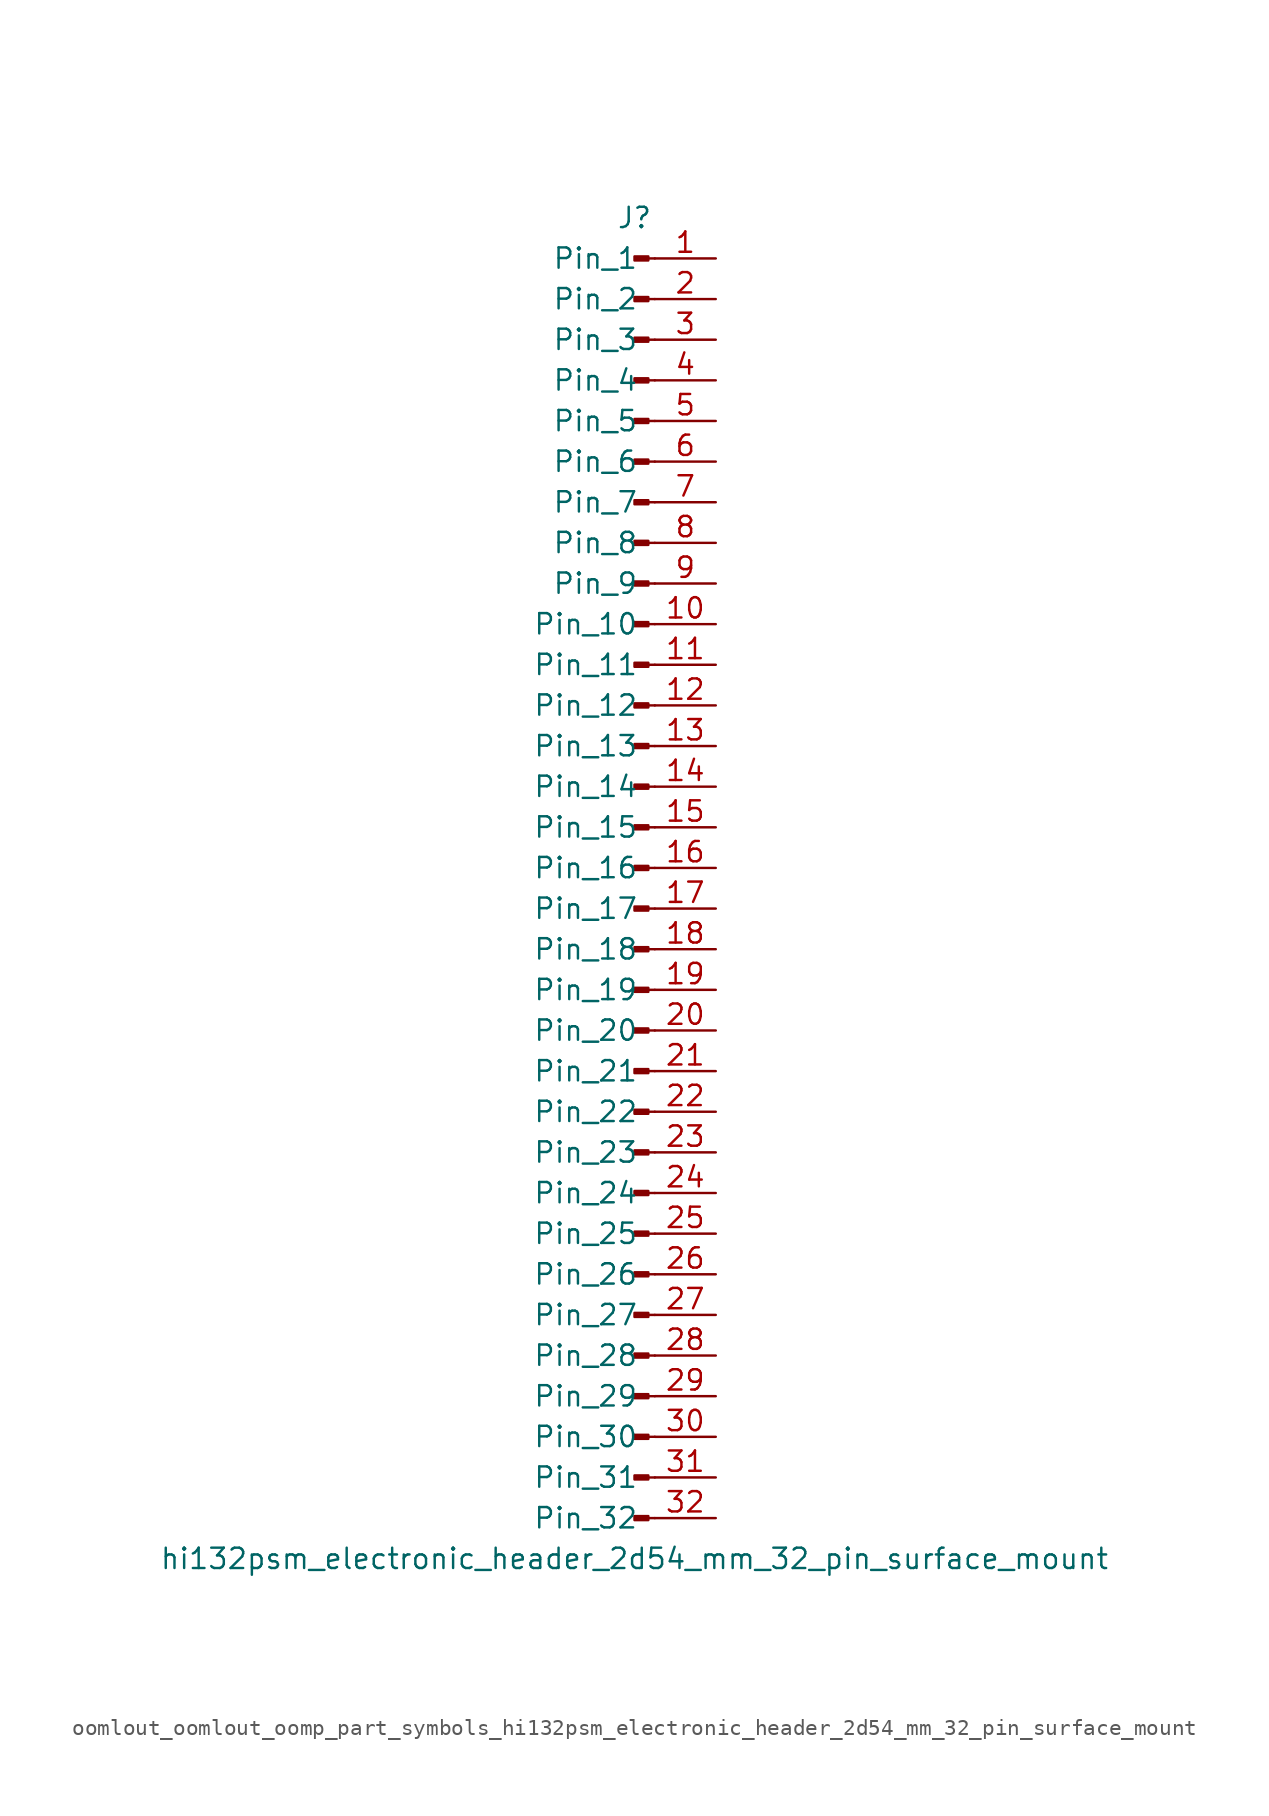
<source format=kicad_sym>
(kicad_symbol_lib
  (version 20220914)
  (generator kicad_symbol_editor)
  (symbol "oomlout_oomlout_oomp_part_symbols_hi132psm_electronic_header_2d54_mm_32_pin_surface_mount"
    (pin_names
      (offset 1.016))
    (property "Reference" "J"
      (at 0 40.64 0)
      (effects (font (size 1.27 1.27))))
    (property "Value" "hi132psm_electronic_header_2d54_mm_32_pin_surface_mount"
      (at 0 -43.18 0)
      (effects (font (size 1.27 1.27))))
    (property "ki_locked" ""
      (at 0 0 0)
      (effects (font (size 1.27 1.27))))
    (symbol "oomlout_oomlout_oomp_part_symbols_hi132psm_electronic_header_2d54_mm_32_pin_surface_mount_1_1"
      (polyline (pts (xy 1.27 -40.64) (xy 0.864 -40.64)) (stroke (width 0.152) (type default)) (fill (type none)))
      (polyline (pts (xy 1.27 -38.1) (xy 0.864 -38.1)) (stroke (width 0.152) (type default)) (fill (type none)))
      (polyline (pts (xy 1.27 -35.56) (xy 0.864 -35.56)) (stroke (width 0.152) (type default)) (fill (type none)))
      (polyline (pts (xy 1.27 -33.02) (xy 0.864 -33.02)) (stroke (width 0.152) (type default)) (fill (type none)))
      (polyline (pts (xy 1.27 -30.48) (xy 0.864 -30.48)) (stroke (width 0.152) (type default)) (fill (type none)))
      (polyline (pts (xy 1.27 -27.94) (xy 0.864 -27.94)) (stroke (width 0.152) (type default)) (fill (type none)))
      (polyline (pts (xy 1.27 -25.4) (xy 0.864 -25.4)) (stroke (width 0.152) (type default)) (fill (type none)))
      (polyline (pts (xy 1.27 -22.86) (xy 0.864 -22.86)) (stroke (width 0.152) (type default)) (fill (type none)))
      (polyline (pts (xy 1.27 -20.32) (xy 0.864 -20.32)) (stroke (width 0.152) (type default)) (fill (type none)))
      (polyline (pts (xy 1.27 -17.78) (xy 0.864 -17.78)) (stroke (width 0.152) (type default)) (fill (type none)))
      (polyline (pts (xy 1.27 -15.24) (xy 0.864 -15.24)) (stroke (width 0.152) (type default)) (fill (type none)))
      (polyline (pts (xy 1.27 -12.7) (xy 0.864 -12.7)) (stroke (width 0.152) (type default)) (fill (type none)))
      (polyline (pts (xy 1.27 -10.16) (xy 0.864 -10.16)) (stroke (width 0.152) (type default)) (fill (type none)))
      (polyline (pts (xy 1.27 -7.62) (xy 0.864 -7.62)) (stroke (width 0.152) (type default)) (fill (type none)))
      (polyline (pts (xy 1.27 -5.08) (xy 0.864 -5.08)) (stroke (width 0.152) (type default)) (fill (type none)))
      (polyline (pts (xy 1.27 -2.54) (xy 0.864 -2.54)) (stroke (width 0.152) (type default)) (fill (type none)))
      (polyline (pts (xy 1.27 0) (xy 0.864 0)) (stroke (width 0.152) (type default)) (fill (type none)))
      (polyline (pts (xy 1.27 2.54) (xy 0.864 2.54)) (stroke (width 0.152) (type default)) (fill (type none)))
      (polyline (pts (xy 1.27 5.08) (xy 0.864 5.08)) (stroke (width 0.152) (type default)) (fill (type none)))
      (polyline (pts (xy 1.27 7.62) (xy 0.864 7.62)) (stroke (width 0.152) (type default)) (fill (type none)))
      (polyline (pts (xy 1.27 10.16) (xy 0.864 10.16)) (stroke (width 0.152) (type default)) (fill (type none)))
      (polyline (pts (xy 1.27 12.7) (xy 0.864 12.7)) (stroke (width 0.152) (type default)) (fill (type none)))
      (polyline (pts (xy 1.27 15.24) (xy 0.864 15.24)) (stroke (width 0.152) (type default)) (fill (type none)))
      (polyline (pts (xy 1.27 17.78) (xy 0.864 17.78)) (stroke (width 0.152) (type default)) (fill (type none)))
      (polyline (pts (xy 1.27 20.32) (xy 0.864 20.32)) (stroke (width 0.152) (type default)) (fill (type none)))
      (polyline (pts (xy 1.27 22.86) (xy 0.864 22.86)) (stroke (width 0.152) (type default)) (fill (type none)))
      (polyline (pts (xy 1.27 25.4) (xy 0.864 25.4)) (stroke (width 0.152) (type default)) (fill (type none)))
      (polyline (pts (xy 1.27 27.94) (xy 0.864 27.94)) (stroke (width 0.152) (type default)) (fill (type none)))
      (polyline (pts (xy 1.27 30.48) (xy 0.864 30.48)) (stroke (width 0.152) (type default)) (fill (type none)))
      (polyline (pts (xy 1.27 33.02) (xy 0.864 33.02)) (stroke (width 0.152) (type default)) (fill (type none)))
      (polyline (pts (xy 1.27 35.56) (xy 0.864 35.56)) (stroke (width 0.152) (type default)) (fill (type none)))
      (polyline (pts (xy 1.27 38.1) (xy 0.864 38.1)) (stroke (width 0.152) (type default)) (fill (type none)))
      (rectangle (start 0.864 -40.513) (end 0 -40.767) (stroke (width 0.152) (type default)) (fill (type outline)))
      (rectangle (start 0.864 -37.973) (end 0 -38.227) (stroke (width 0.152) (type default)) (fill (type outline)))
      (rectangle (start 0.864 -35.433) (end 0 -35.687) (stroke (width 0.152) (type default)) (fill (type outline)))
      (rectangle (start 0.864 -32.893) (end 0 -33.147) (stroke (width 0.152) (type default)) (fill (type outline)))
      (rectangle (start 0.864 -30.353) (end 0 -30.607) (stroke (width 0.152) (type default)) (fill (type outline)))
      (rectangle (start 0.864 -27.813) (end 0 -28.067) (stroke (width 0.152) (type default)) (fill (type outline)))
      (rectangle (start 0.864 -25.273) (end 0 -25.527) (stroke (width 0.152) (type default)) (fill (type outline)))
      (rectangle (start 0.864 -22.733) (end 0 -22.987) (stroke (width 0.152) (type default)) (fill (type outline)))
      (rectangle (start 0.864 -20.193) (end 0 -20.447) (stroke (width 0.152) (type default)) (fill (type outline)))
      (rectangle (start 0.864 -17.653) (end 0 -17.907) (stroke (width 0.152) (type default)) (fill (type outline)))
      (rectangle (start 0.864 -15.113) (end 0 -15.367) (stroke (width 0.152) (type default)) (fill (type outline)))
      (rectangle (start 0.864 -12.573) (end 0 -12.827) (stroke (width 0.152) (type default)) (fill (type outline)))
      (rectangle (start 0.864 -10.033) (end 0 -10.287) (stroke (width 0.152) (type default)) (fill (type outline)))
      (rectangle (start 0.864 -7.493) (end 0 -7.747) (stroke (width 0.152) (type default)) (fill (type outline)))
      (rectangle (start 0.864 -4.953) (end 0 -5.207) (stroke (width 0.152) (type default)) (fill (type outline)))
      (rectangle (start 0.864 -2.413) (end 0 -2.667) (stroke (width 0.152) (type default)) (fill (type outline)))
      (rectangle (start 0.864 0.127) (end 0 -0.127) (stroke (width 0.152) (type default)) (fill (type outline)))
      (rectangle (start 0.864 2.667) (end 0 2.413) (stroke (width 0.152) (type default)) (fill (type outline)))
      (rectangle (start 0.864 5.207) (end 0 4.953) (stroke (width 0.152) (type default)) (fill (type outline)))
      (rectangle (start 0.864 7.747) (end 0 7.493) (stroke (width 0.152) (type default)) (fill (type outline)))
      (rectangle (start 0.864 10.287) (end 0 10.033) (stroke (width 0.152) (type default)) (fill (type outline)))
      (rectangle (start 0.864 12.827) (end 0 12.573) (stroke (width 0.152) (type default)) (fill (type outline)))
      (rectangle (start 0.864 15.367) (end 0 15.113) (stroke (width 0.152) (type default)) (fill (type outline)))
      (rectangle (start 0.864 17.907) (end 0 17.653) (stroke (width 0.152) (type default)) (fill (type outline)))
      (rectangle (start 0.864 20.447) (end 0 20.193) (stroke (width 0.152) (type default)) (fill (type outline)))
      (rectangle (start 0.864 22.987) (end 0 22.733) (stroke (width 0.152) (type default)) (fill (type outline)))
      (rectangle (start 0.864 25.527) (end 0 25.273) (stroke (width 0.152) (type default)) (fill (type outline)))
      (rectangle (start 0.864 28.067) (end 0 27.813) (stroke (width 0.152) (type default)) (fill (type outline)))
      (rectangle (start 0.864 30.607) (end 0 30.353) (stroke (width 0.152) (type default)) (fill (type outline)))
      (rectangle (start 0.864 33.147) (end 0 32.893) (stroke (width 0.152) (type default)) (fill (type outline)))
      (rectangle (start 0.864 35.687) (end 0 35.433) (stroke (width 0.152) (type default)) (fill (type outline)))
      (rectangle (start 0.864 38.227) (end 0 37.973) (stroke (width 0.152) (type default)) (fill (type outline)))
      (pin passive line (at 5.08 38.1 180) (length 3.81) (name "Pin_1" (effects (font (size 1.27 1.27)))) (number "1" (effects (font (size 1.27 1.27)))))
      (pin passive line (at 5.08 15.24 180) (length 3.81) (name "Pin_10" (effects (font (size 1.27 1.27)))) (number "10" (effects (font (size 1.27 1.27)))))
      (pin passive line (at 5.08 12.7 180) (length 3.81) (name "Pin_11" (effects (font (size 1.27 1.27)))) (number "11" (effects (font (size 1.27 1.27)))))
      (pin passive line (at 5.08 10.16 180) (length 3.81) (name "Pin_12" (effects (font (size 1.27 1.27)))) (number "12" (effects (font (size 1.27 1.27)))))
      (pin passive line (at 5.08 7.62 180) (length 3.81) (name "Pin_13" (effects (font (size 1.27 1.27)))) (number "13" (effects (font (size 1.27 1.27)))))
      (pin passive line (at 5.08 5.08 180) (length 3.81) (name "Pin_14" (effects (font (size 1.27 1.27)))) (number "14" (effects (font (size 1.27 1.27)))))
      (pin passive line (at 5.08 2.54 180) (length 3.81) (name "Pin_15" (effects (font (size 1.27 1.27)))) (number "15" (effects (font (size 1.27 1.27)))))
      (pin passive line (at 5.08 0 180) (length 3.81) (name "Pin_16" (effects (font (size 1.27 1.27)))) (number "16" (effects (font (size 1.27 1.27)))))
      (pin passive line (at 5.08 -2.54 180) (length 3.81) (name "Pin_17" (effects (font (size 1.27 1.27)))) (number "17" (effects (font (size 1.27 1.27)))))
      (pin passive line (at 5.08 -5.08 180) (length 3.81) (name "Pin_18" (effects (font (size 1.27 1.27)))) (number "18" (effects (font (size 1.27 1.27)))))
      (pin passive line (at 5.08 -7.62 180) (length 3.81) (name "Pin_19" (effects (font (size 1.27 1.27)))) (number "19" (effects (font (size 1.27 1.27)))))
      (pin passive line (at 5.08 35.56 180) (length 3.81) (name "Pin_2" (effects (font (size 1.27 1.27)))) (number "2" (effects (font (size 1.27 1.27)))))
      (pin passive line (at 5.08 -10.16 180) (length 3.81) (name "Pin_20" (effects (font (size 1.27 1.27)))) (number "20" (effects (font (size 1.27 1.27)))))
      (pin passive line (at 5.08 -12.7 180) (length 3.81) (name "Pin_21" (effects (font (size 1.27 1.27)))) (number "21" (effects (font (size 1.27 1.27)))))
      (pin passive line (at 5.08 -15.24 180) (length 3.81) (name "Pin_22" (effects (font (size 1.27 1.27)))) (number "22" (effects (font (size 1.27 1.27)))))
      (pin passive line (at 5.08 -17.78 180) (length 3.81) (name "Pin_23" (effects (font (size 1.27 1.27)))) (number "23" (effects (font (size 1.27 1.27)))))
      (pin passive line (at 5.08 -20.32 180) (length 3.81) (name "Pin_24" (effects (font (size 1.27 1.27)))) (number "24" (effects (font (size 1.27 1.27)))))
      (pin passive line (at 5.08 -22.86 180) (length 3.81) (name "Pin_25" (effects (font (size 1.27 1.27)))) (number "25" (effects (font (size 1.27 1.27)))))
      (pin passive line (at 5.08 -25.4 180) (length 3.81) (name "Pin_26" (effects (font (size 1.27 1.27)))) (number "26" (effects (font (size 1.27 1.27)))))
      (pin passive line (at 5.08 -27.94 180) (length 3.81) (name "Pin_27" (effects (font (size 1.27 1.27)))) (number "27" (effects (font (size 1.27 1.27)))))
      (pin passive line (at 5.08 -30.48 180) (length 3.81) (name "Pin_28" (effects (font (size 1.27 1.27)))) (number "28" (effects (font (size 1.27 1.27)))))
      (pin passive line (at 5.08 -33.02 180) (length 3.81) (name "Pin_29" (effects (font (size 1.27 1.27)))) (number "29" (effects (font (size 1.27 1.27)))))
      (pin passive line (at 5.08 33.02 180) (length 3.81) (name "Pin_3" (effects (font (size 1.27 1.27)))) (number "3" (effects (font (size 1.27 1.27)))))
      (pin passive line (at 5.08 -35.56 180) (length 3.81) (name "Pin_30" (effects (font (size 1.27 1.27)))) (number "30" (effects (font (size 1.27 1.27)))))
      (pin passive line (at 5.08 -38.1 180) (length 3.81) (name "Pin_31" (effects (font (size 1.27 1.27)))) (number "31" (effects (font (size 1.27 1.27)))))
      (pin passive line (at 5.08 -40.64 180) (length 3.81) (name "Pin_32" (effects (font (size 1.27 1.27)))) (number "32" (effects (font (size 1.27 1.27)))))
      (pin passive line (at 5.08 30.48 180) (length 3.81) (name "Pin_4" (effects (font (size 1.27 1.27)))) (number "4" (effects (font (size 1.27 1.27)))))
      (pin passive line (at 5.08 27.94 180) (length 3.81) (name "Pin_5" (effects (font (size 1.27 1.27)))) (number "5" (effects (font (size 1.27 1.27)))))
      (pin passive line (at 5.08 25.4 180) (length 3.81) (name "Pin_6" (effects (font (size 1.27 1.27)))) (number "6" (effects (font (size 1.27 1.27)))))
      (pin passive line (at 5.08 22.86 180) (length 3.81) (name "Pin_7" (effects (font (size 1.27 1.27)))) (number "7" (effects (font (size 1.27 1.27)))))
      (pin passive line (at 5.08 20.32 180) (length 3.81) (name "Pin_8" (effects (font (size 1.27 1.27)))) (number "8" (effects (font (size 1.27 1.27)))))
      (pin passive line (at 5.08 17.78 180) (length 3.81) (name "Pin_9" (effects (font (size 1.27 1.27)))) (number "9" (effects (font (size 1.27 1.27))))))))
</source>
